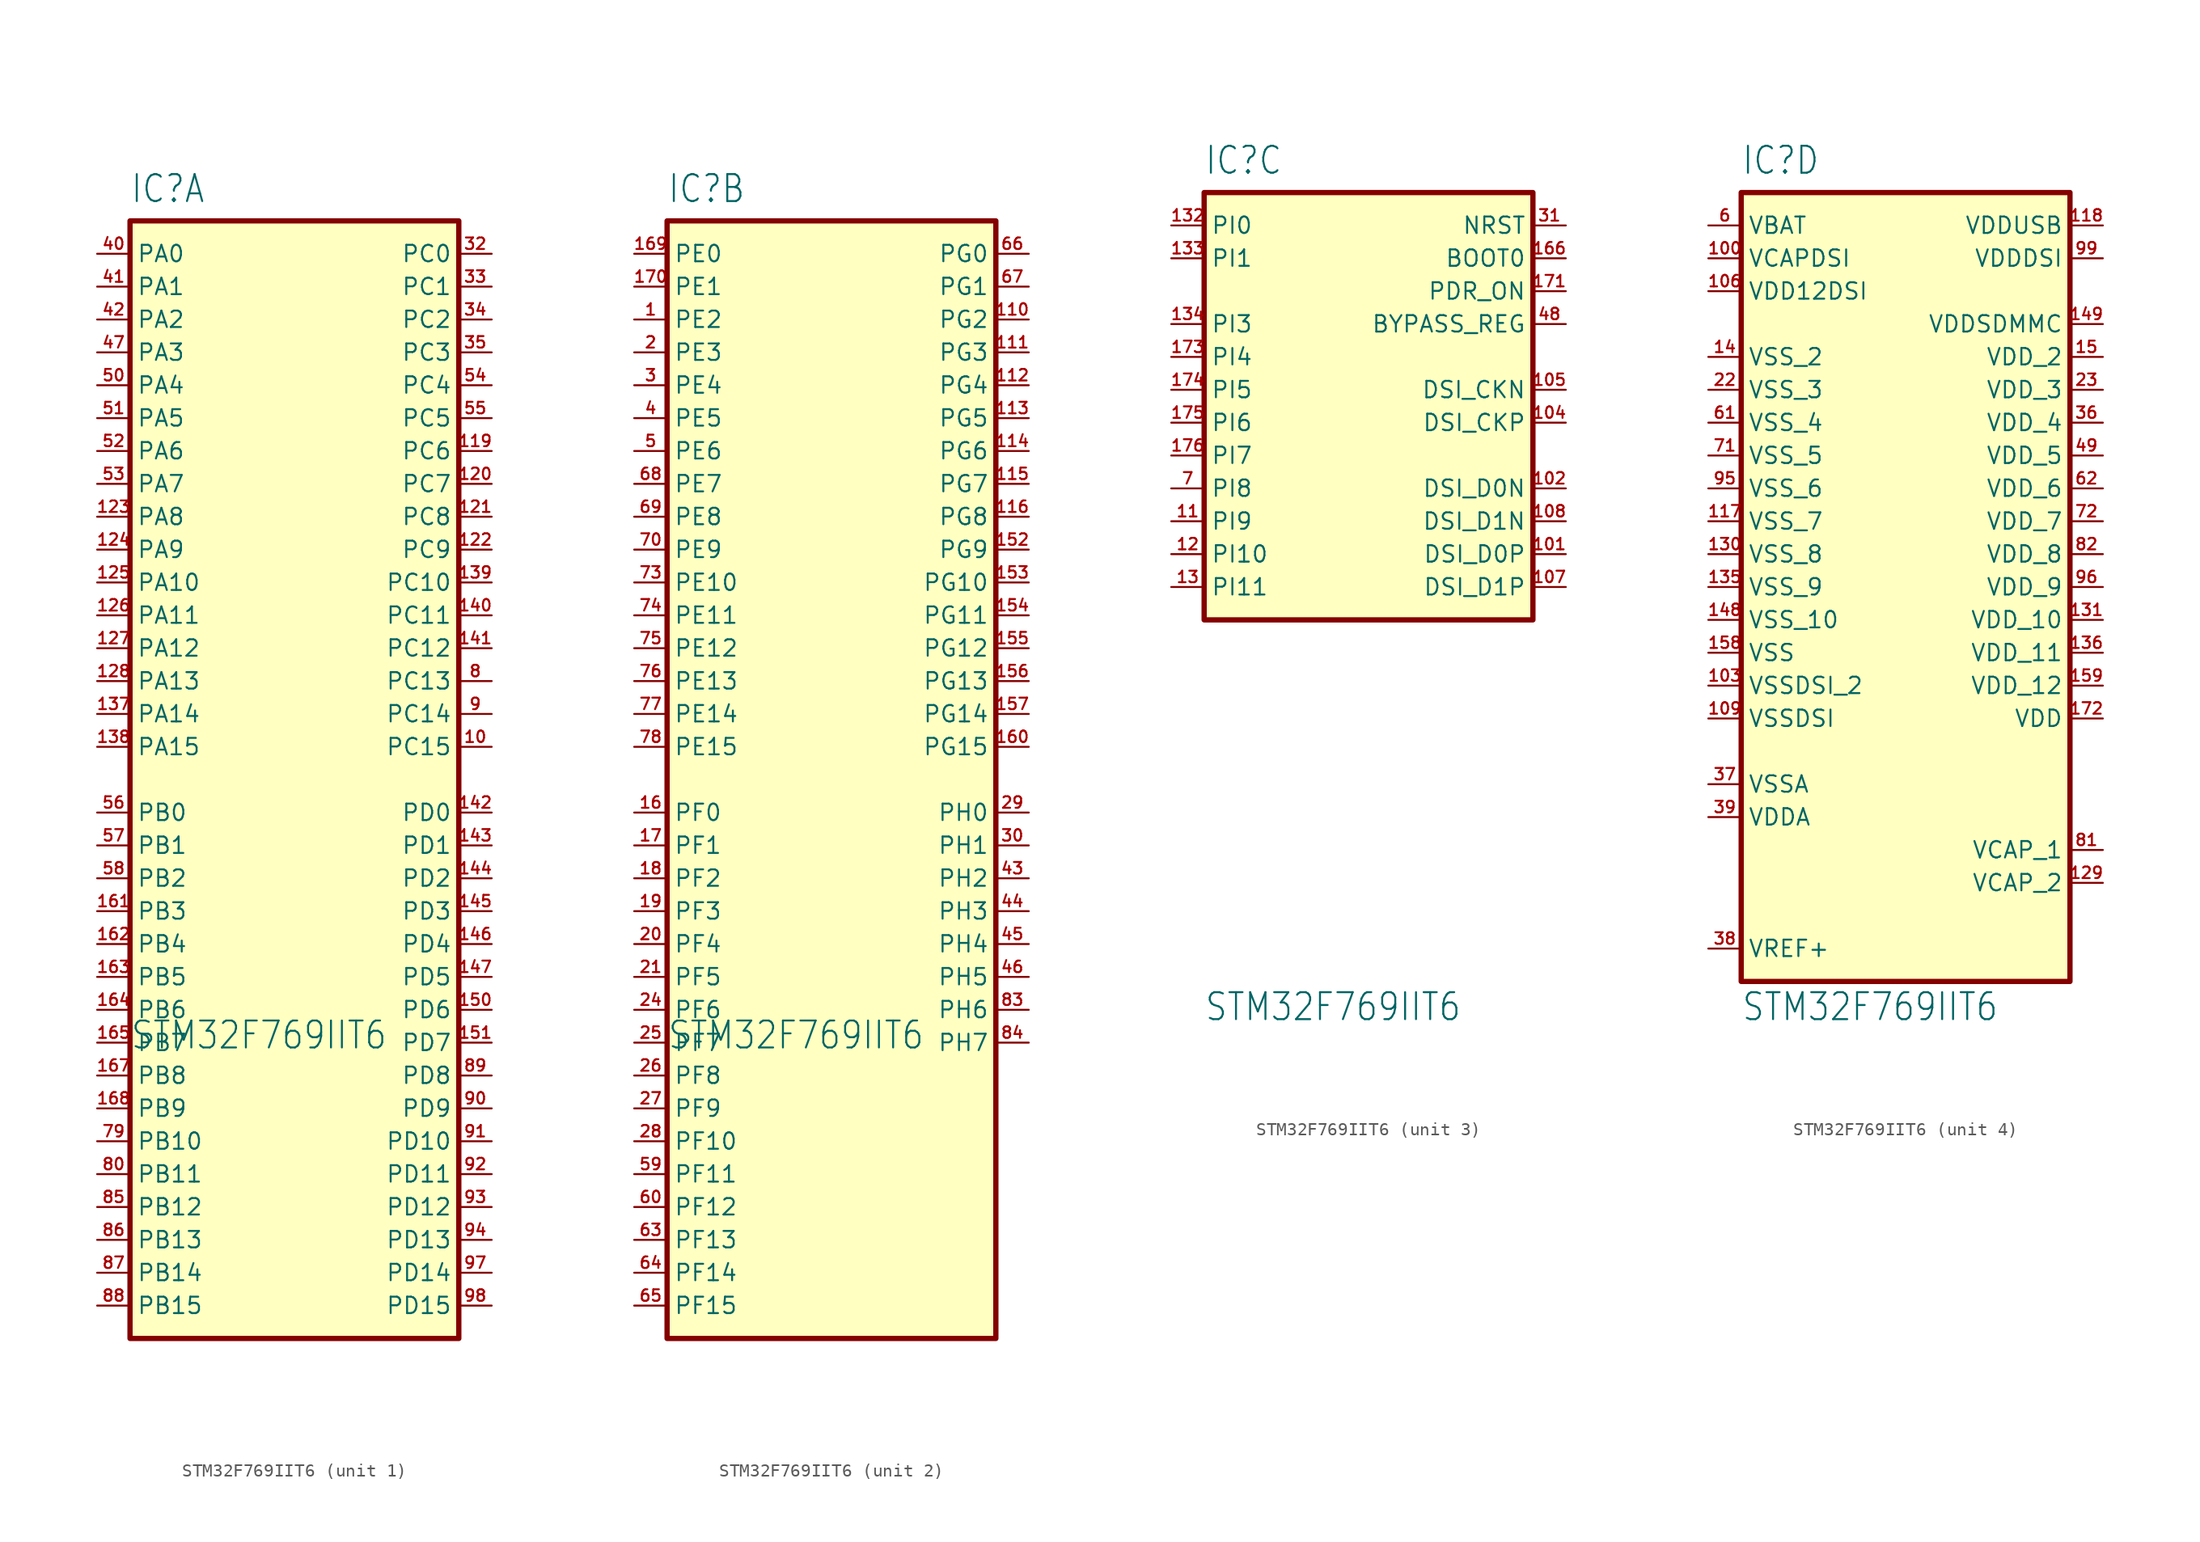
<source format=kicad_sym>
(kicad_symbol_lib
  (version 20220914)
  (generator kicad_symbol_editor)
  (symbol "STM32F769IIT6"
    (property "Reference" "IC"
      (at 0 1.27 0)
      (effects (font (size 2.083 1.77)) (justify left bottom)))
    (property "Value" "STM32F769IIT6"
      (at 0 -64.135 0)
      (effects (font (size 2.083 1.77)) (justify left bottom)))
    (property "ki_locked" ""
      (at 0 0 0)
      (effects (font (size 1.27 1.27))))
    (symbol "STM32F769IIT6_1_0"
      (pin bidirectional line (at 27.94 -40.64 180) (length 2.54) (name "PC15" (effects (font (size 1.27 1.27)))) (number "10" (effects (font (size 0.889 0.889)))))
      (pin bidirectional line (at 27.94 -17.78 180) (length 2.54) (name "PC6" (effects (font (size 1.27 1.27)))) (number "119" (effects (font (size 0.889 0.889)))))
      (pin bidirectional line (at 27.94 -20.32 180) (length 2.54) (name "PC7" (effects (font (size 1.27 1.27)))) (number "120" (effects (font (size 0.889 0.889)))))
      (pin bidirectional line (at 27.94 -22.86 180) (length 2.54) (name "PC8" (effects (font (size 1.27 1.27)))) (number "121" (effects (font (size 0.889 0.889)))))
      (pin bidirectional line (at 27.94 -25.4 180) (length 2.54) (name "PC9" (effects (font (size 1.27 1.27)))) (number "122" (effects (font (size 0.889 0.889)))))
      (pin bidirectional line (at -2.54 -22.86 0) (length 2.54) (name "PA8" (effects (font (size 1.27 1.27)))) (number "123" (effects (font (size 0.889 0.889)))))
      (pin bidirectional line (at -2.54 -25.4 0) (length 2.54) (name "PA9" (effects (font (size 1.27 1.27)))) (number "124" (effects (font (size 0.889 0.889)))))
      (pin bidirectional line (at -2.54 -27.94 0) (length 2.54) (name "PA10" (effects (font (size 1.27 1.27)))) (number "125" (effects (font (size 0.889 0.889)))))
      (pin bidirectional line (at -2.54 -30.48 0) (length 2.54) (name "PA11" (effects (font (size 1.27 1.27)))) (number "126" (effects (font (size 0.889 0.889)))))
      (pin bidirectional line (at -2.54 -33.02 0) (length 2.54) (name "PA12" (effects (font (size 1.27 1.27)))) (number "127" (effects (font (size 0.889 0.889)))))
      (pin bidirectional line (at -2.54 -35.56 0) (length 2.54) (name "PA13" (effects (font (size 1.27 1.27)))) (number "128" (effects (font (size 0.889 0.889)))))
      (pin bidirectional line (at -2.54 -38.1 0) (length 2.54) (name "PA14" (effects (font (size 1.27 1.27)))) (number "137" (effects (font (size 0.889 0.889)))))
      (pin bidirectional line (at -2.54 -40.64 0) (length 2.54) (name "PA15" (effects (font (size 1.27 1.27)))) (number "138" (effects (font (size 0.889 0.889)))))
      (pin bidirectional line (at 27.94 -27.94 180) (length 2.54) (name "PC10" (effects (font (size 1.27 1.27)))) (number "139" (effects (font (size 0.889 0.889)))))
      (pin bidirectional line (at 27.94 -30.48 180) (length 2.54) (name "PC11" (effects (font (size 1.27 1.27)))) (number "140" (effects (font (size 0.889 0.889)))))
      (pin bidirectional line (at 27.94 -33.02 180) (length 2.54) (name "PC12" (effects (font (size 1.27 1.27)))) (number "141" (effects (font (size 0.889 0.889)))))
      (pin bidirectional line (at 27.94 -45.72 180) (length 2.54) (name "PD0" (effects (font (size 1.27 1.27)))) (number "142" (effects (font (size 0.889 0.889)))))
      (pin bidirectional line (at 27.94 -48.26 180) (length 2.54) (name "PD1" (effects (font (size 1.27 1.27)))) (number "143" (effects (font (size 0.889 0.889)))))
      (pin bidirectional line (at 27.94 -50.8 180) (length 2.54) (name "PD2" (effects (font (size 1.27 1.27)))) (number "144" (effects (font (size 0.889 0.889)))))
      (pin bidirectional line (at 27.94 -53.34 180) (length 2.54) (name "PD3" (effects (font (size 1.27 1.27)))) (number "145" (effects (font (size 0.889 0.889)))))
      (pin bidirectional line (at 27.94 -55.88 180) (length 2.54) (name "PD4" (effects (font (size 1.27 1.27)))) (number "146" (effects (font (size 0.889 0.889)))))
      (pin bidirectional line (at 27.94 -58.42 180) (length 2.54) (name "PD5" (effects (font (size 1.27 1.27)))) (number "147" (effects (font (size 0.889 0.889)))))
      (pin bidirectional line (at 27.94 -60.96 180) (length 2.54) (name "PD6" (effects (font (size 1.27 1.27)))) (number "150" (effects (font (size 0.889 0.889)))))
      (pin bidirectional line (at 27.94 -63.5 180) (length 2.54) (name "PD7" (effects (font (size 1.27 1.27)))) (number "151" (effects (font (size 0.889 0.889)))))
      (pin bidirectional line (at -2.54 -53.34 0) (length 2.54) (name "PB3" (effects (font (size 1.27 1.27)))) (number "161" (effects (font (size 0.889 0.889)))))
      (pin bidirectional line (at -2.54 -55.88 0) (length 2.54) (name "PB4" (effects (font (size 1.27 1.27)))) (number "162" (effects (font (size 0.889 0.889)))))
      (pin bidirectional line (at -2.54 -58.42 0) (length 2.54) (name "PB5" (effects (font (size 1.27 1.27)))) (number "163" (effects (font (size 0.889 0.889)))))
      (pin bidirectional line (at -2.54 -60.96 0) (length 2.54) (name "PB6" (effects (font (size 1.27 1.27)))) (number "164" (effects (font (size 0.889 0.889)))))
      (pin bidirectional line (at -2.54 -63.5 0) (length 2.54) (name "PB7" (effects (font (size 1.27 1.27)))) (number "165" (effects (font (size 0.889 0.889)))))
      (pin bidirectional line (at -2.54 -66.04 0) (length 2.54) (name "PB8" (effects (font (size 1.27 1.27)))) (number "167" (effects (font (size 0.889 0.889)))))
      (pin bidirectional line (at -2.54 -68.58 0) (length 2.54) (name "PB9" (effects (font (size 1.27 1.27)))) (number "168" (effects (font (size 0.889 0.889)))))
      (pin bidirectional line (at 27.94 -2.54 180) (length 2.54) (name "PC0" (effects (font (size 1.27 1.27)))) (number "32" (effects (font (size 0.889 0.889)))))
      (pin bidirectional line (at 27.94 -5.08 180) (length 2.54) (name "PC1" (effects (font (size 1.27 1.27)))) (number "33" (effects (font (size 0.889 0.889)))))
      (pin bidirectional line (at 27.94 -7.62 180) (length 2.54) (name "PC2" (effects (font (size 1.27 1.27)))) (number "34" (effects (font (size 0.889 0.889)))))
      (pin bidirectional line (at 27.94 -10.16 180) (length 2.54) (name "PC3" (effects (font (size 1.27 1.27)))) (number "35" (effects (font (size 0.889 0.889)))))
      (pin bidirectional line (at -2.54 -2.54 0) (length 2.54) (name "PA0" (effects (font (size 1.27 1.27)))) (number "40" (effects (font (size 0.889 0.889)))))
      (pin bidirectional line (at -2.54 -5.08 0) (length 2.54) (name "PA1" (effects (font (size 1.27 1.27)))) (number "41" (effects (font (size 0.889 0.889)))))
      (pin bidirectional line (at -2.54 -7.62 0) (length 2.54) (name "PA2" (effects (font (size 1.27 1.27)))) (number "42" (effects (font (size 0.889 0.889)))))
      (pin bidirectional line (at -2.54 -10.16 0) (length 2.54) (name "PA3" (effects (font (size 1.27 1.27)))) (number "47" (effects (font (size 0.889 0.889)))))
      (pin bidirectional line (at -2.54 -12.7 0) (length 2.54) (name "PA4" (effects (font (size 1.27 1.27)))) (number "50" (effects (font (size 0.889 0.889)))))
      (pin bidirectional line (at -2.54 -15.24 0) (length 2.54) (name "PA5" (effects (font (size 1.27 1.27)))) (number "51" (effects (font (size 0.889 0.889)))))
      (pin bidirectional line (at -2.54 -17.78 0) (length 2.54) (name "PA6" (effects (font (size 1.27 1.27)))) (number "52" (effects (font (size 0.889 0.889)))))
      (pin bidirectional line (at -2.54 -20.32 0) (length 2.54) (name "PA7" (effects (font (size 1.27 1.27)))) (number "53" (effects (font (size 0.889 0.889)))))
      (pin bidirectional line (at 27.94 -12.7 180) (length 2.54) (name "PC4" (effects (font (size 1.27 1.27)))) (number "54" (effects (font (size 0.889 0.889)))))
      (pin bidirectional line (at 27.94 -15.24 180) (length 2.54) (name "PC5" (effects (font (size 1.27 1.27)))) (number "55" (effects (font (size 0.889 0.889)))))
      (pin bidirectional line (at -2.54 -45.72 0) (length 2.54) (name "PB0" (effects (font (size 1.27 1.27)))) (number "56" (effects (font (size 0.889 0.889)))))
      (pin bidirectional line (at -2.54 -48.26 0) (length 2.54) (name "PB1" (effects (font (size 1.27 1.27)))) (number "57" (effects (font (size 0.889 0.889)))))
      (pin bidirectional line (at -2.54 -50.8 0) (length 2.54) (name "PB2" (effects (font (size 1.27 1.27)))) (number "58" (effects (font (size 0.889 0.889)))))
      (pin bidirectional line (at -2.54 -71.12 0) (length 2.54) (name "PB10" (effects (font (size 1.27 1.27)))) (number "79" (effects (font (size 0.889 0.889)))))
      (pin bidirectional line (at 27.94 -35.56 180) (length 2.54) (name "PC13" (effects (font (size 1.27 1.27)))) (number "8" (effects (font (size 0.889 0.889)))))
      (pin bidirectional line (at -2.54 -73.66 0) (length 2.54) (name "PB11" (effects (font (size 1.27 1.27)))) (number "80" (effects (font (size 0.889 0.889)))))
      (pin bidirectional line (at -2.54 -76.2 0) (length 2.54) (name "PB12" (effects (font (size 1.27 1.27)))) (number "85" (effects (font (size 0.889 0.889)))))
      (pin bidirectional line (at -2.54 -78.74 0) (length 2.54) (name "PB13" (effects (font (size 1.27 1.27)))) (number "86" (effects (font (size 0.889 0.889)))))
      (pin bidirectional line (at -2.54 -81.28 0) (length 2.54) (name "PB14" (effects (font (size 1.27 1.27)))) (number "87" (effects (font (size 0.889 0.889)))))
      (pin bidirectional line (at -2.54 -83.82 0) (length 2.54) (name "PB15" (effects (font (size 1.27 1.27)))) (number "88" (effects (font (size 0.889 0.889)))))
      (pin bidirectional line (at 27.94 -66.04 180) (length 2.54) (name "PD8" (effects (font (size 1.27 1.27)))) (number "89" (effects (font (size 0.889 0.889)))))
      (pin bidirectional line (at 27.94 -38.1 180) (length 2.54) (name "PC14" (effects (font (size 1.27 1.27)))) (number "9" (effects (font (size 0.889 0.889)))))
      (pin bidirectional line (at 27.94 -68.58 180) (length 2.54) (name "PD9" (effects (font (size 1.27 1.27)))) (number "90" (effects (font (size 0.889 0.889)))))
      (pin bidirectional line (at 27.94 -71.12 180) (length 2.54) (name "PD10" (effects (font (size 1.27 1.27)))) (number "91" (effects (font (size 0.889 0.889)))))
      (pin bidirectional line (at 27.94 -73.66 180) (length 2.54) (name "PD11" (effects (font (size 1.27 1.27)))) (number "92" (effects (font (size 0.889 0.889)))))
      (pin bidirectional line (at 27.94 -76.2 180) (length 2.54) (name "PD12" (effects (font (size 1.27 1.27)))) (number "93" (effects (font (size 0.889 0.889)))))
      (pin bidirectional line (at 27.94 -78.74 180) (length 2.54) (name "PD13" (effects (font (size 1.27 1.27)))) (number "94" (effects (font (size 0.889 0.889)))))
      (pin bidirectional line (at 27.94 -81.28 180) (length 2.54) (name "PD14" (effects (font (size 1.27 1.27)))) (number "97" (effects (font (size 0.889 0.889)))))
      (pin bidirectional line (at 27.94 -83.82 180) (length 2.54) (name "PD15" (effects (font (size 1.27 1.27)))) (number "98" (effects (font (size 0.889 0.889))))))
    (symbol "STM32F769IIT6_1_1"
      (rectangle (start 0 0) (end 25.4 -86.36) (stroke (width 0.406) (type default)) (fill (type background))))
    (symbol "STM32F769IIT6_2_0"
      (pin bidirectional line (at -2.54 -7.62 0) (length 2.54) (name "PE2" (effects (font (size 1.27 1.27)))) (number "1" (effects (font (size 0.889 0.889)))))
      (pin bidirectional line (at 27.94 -7.62 180) (length 2.54) (name "PG2" (effects (font (size 1.27 1.27)))) (number "110" (effects (font (size 0.889 0.889)))))
      (pin bidirectional line (at 27.94 -10.16 180) (length 2.54) (name "PG3" (effects (font (size 1.27 1.27)))) (number "111" (effects (font (size 0.889 0.889)))))
      (pin bidirectional line (at 27.94 -12.7 180) (length 2.54) (name "PG4" (effects (font (size 1.27 1.27)))) (number "112" (effects (font (size 0.889 0.889)))))
      (pin bidirectional line (at 27.94 -15.24 180) (length 2.54) (name "PG5" (effects (font (size 1.27 1.27)))) (number "113" (effects (font (size 0.889 0.889)))))
      (pin bidirectional line (at 27.94 -17.78 180) (length 2.54) (name "PG6" (effects (font (size 1.27 1.27)))) (number "114" (effects (font (size 0.889 0.889)))))
      (pin bidirectional line (at 27.94 -20.32 180) (length 2.54) (name "PG7" (effects (font (size 1.27 1.27)))) (number "115" (effects (font (size 0.889 0.889)))))
      (pin bidirectional line (at 27.94 -22.86 180) (length 2.54) (name "PG8" (effects (font (size 1.27 1.27)))) (number "116" (effects (font (size 0.889 0.889)))))
      (pin bidirectional line (at 27.94 -25.4 180) (length 2.54) (name "PG9" (effects (font (size 1.27 1.27)))) (number "152" (effects (font (size 0.889 0.889)))))
      (pin bidirectional line (at 27.94 -27.94 180) (length 2.54) (name "PG10" (effects (font (size 1.27 1.27)))) (number "153" (effects (font (size 0.889 0.889)))))
      (pin bidirectional line (at 27.94 -30.48 180) (length 2.54) (name "PG11" (effects (font (size 1.27 1.27)))) (number "154" (effects (font (size 0.889 0.889)))))
      (pin bidirectional line (at 27.94 -33.02 180) (length 2.54) (name "PG12" (effects (font (size 1.27 1.27)))) (number "155" (effects (font (size 0.889 0.889)))))
      (pin bidirectional line (at 27.94 -35.56 180) (length 2.54) (name "PG13" (effects (font (size 1.27 1.27)))) (number "156" (effects (font (size 0.889 0.889)))))
      (pin bidirectional line (at 27.94 -38.1 180) (length 2.54) (name "PG14" (effects (font (size 1.27 1.27)))) (number "157" (effects (font (size 0.889 0.889)))))
      (pin bidirectional line (at -2.54 -45.72 0) (length 2.54) (name "PF0" (effects (font (size 1.27 1.27)))) (number "16" (effects (font (size 0.889 0.889)))))
      (pin bidirectional line (at 27.94 -40.64 180) (length 2.54) (name "PG15" (effects (font (size 1.27 1.27)))) (number "160" (effects (font (size 0.889 0.889)))))
      (pin bidirectional line (at -2.54 -2.54 0) (length 2.54) (name "PE0" (effects (font (size 1.27 1.27)))) (number "169" (effects (font (size 0.889 0.889)))))
      (pin bidirectional line (at -2.54 -48.26 0) (length 2.54) (name "PF1" (effects (font (size 1.27 1.27)))) (number "17" (effects (font (size 0.889 0.889)))))
      (pin bidirectional line (at -2.54 -5.08 0) (length 2.54) (name "PE1" (effects (font (size 1.27 1.27)))) (number "170" (effects (font (size 0.889 0.889)))))
      (pin bidirectional line (at -2.54 -50.8 0) (length 2.54) (name "PF2" (effects (font (size 1.27 1.27)))) (number "18" (effects (font (size 0.889 0.889)))))
      (pin bidirectional line (at -2.54 -53.34 0) (length 2.54) (name "PF3" (effects (font (size 1.27 1.27)))) (number "19" (effects (font (size 0.889 0.889)))))
      (pin bidirectional line (at -2.54 -10.16 0) (length 2.54) (name "PE3" (effects (font (size 1.27 1.27)))) (number "2" (effects (font (size 0.889 0.889)))))
      (pin bidirectional line (at -2.54 -55.88 0) (length 2.54) (name "PF4" (effects (font (size 1.27 1.27)))) (number "20" (effects (font (size 0.889 0.889)))))
      (pin bidirectional line (at -2.54 -58.42 0) (length 2.54) (name "PF5" (effects (font (size 1.27 1.27)))) (number "21" (effects (font (size 0.889 0.889)))))
      (pin bidirectional line (at -2.54 -60.96 0) (length 2.54) (name "PF6" (effects (font (size 1.27 1.27)))) (number "24" (effects (font (size 0.889 0.889)))))
      (pin bidirectional line (at -2.54 -63.5 0) (length 2.54) (name "PF7" (effects (font (size 1.27 1.27)))) (number "25" (effects (font (size 0.889 0.889)))))
      (pin bidirectional line (at -2.54 -66.04 0) (length 2.54) (name "PF8" (effects (font (size 1.27 1.27)))) (number "26" (effects (font (size 0.889 0.889)))))
      (pin bidirectional line (at -2.54 -68.58 0) (length 2.54) (name "PF9" (effects (font (size 1.27 1.27)))) (number "27" (effects (font (size 0.889 0.889)))))
      (pin bidirectional line (at -2.54 -71.12 0) (length 2.54) (name "PF10" (effects (font (size 1.27 1.27)))) (number "28" (effects (font (size 0.889 0.889)))))
      (pin bidirectional line (at 27.94 -45.72 180) (length 2.54) (name "PH0" (effects (font (size 1.27 1.27)))) (number "29" (effects (font (size 0.889 0.889)))))
      (pin bidirectional line (at -2.54 -12.7 0) (length 2.54) (name "PE4" (effects (font (size 1.27 1.27)))) (number "3" (effects (font (size 0.889 0.889)))))
      (pin bidirectional line (at 27.94 -48.26 180) (length 2.54) (name "PH1" (effects (font (size 1.27 1.27)))) (number "30" (effects (font (size 0.889 0.889)))))
      (pin bidirectional line (at -2.54 -15.24 0) (length 2.54) (name "PE5" (effects (font (size 1.27 1.27)))) (number "4" (effects (font (size 0.889 0.889)))))
      (pin bidirectional line (at 27.94 -50.8 180) (length 2.54) (name "PH2" (effects (font (size 1.27 1.27)))) (number "43" (effects (font (size 0.889 0.889)))))
      (pin bidirectional line (at 27.94 -53.34 180) (length 2.54) (name "PH3" (effects (font (size 1.27 1.27)))) (number "44" (effects (font (size 0.889 0.889)))))
      (pin bidirectional line (at 27.94 -55.88 180) (length 2.54) (name "PH4" (effects (font (size 1.27 1.27)))) (number "45" (effects (font (size 0.889 0.889)))))
      (pin bidirectional line (at 27.94 -58.42 180) (length 2.54) (name "PH5" (effects (font (size 1.27 1.27)))) (number "46" (effects (font (size 0.889 0.889)))))
      (pin bidirectional line (at -2.54 -17.78 0) (length 2.54) (name "PE6" (effects (font (size 1.27 1.27)))) (number "5" (effects (font (size 0.889 0.889)))))
      (pin bidirectional line (at -2.54 -73.66 0) (length 2.54) (name "PF11" (effects (font (size 1.27 1.27)))) (number "59" (effects (font (size 0.889 0.889)))))
      (pin bidirectional line (at -2.54 -76.2 0) (length 2.54) (name "PF12" (effects (font (size 1.27 1.27)))) (number "60" (effects (font (size 0.889 0.889)))))
      (pin bidirectional line (at -2.54 -78.74 0) (length 2.54) (name "PF13" (effects (font (size 1.27 1.27)))) (number "63" (effects (font (size 0.889 0.889)))))
      (pin bidirectional line (at -2.54 -81.28 0) (length 2.54) (name "PF14" (effects (font (size 1.27 1.27)))) (number "64" (effects (font (size 0.889 0.889)))))
      (pin bidirectional line (at -2.54 -83.82 0) (length 2.54) (name "PF15" (effects (font (size 1.27 1.27)))) (number "65" (effects (font (size 0.889 0.889)))))
      (pin bidirectional line (at 27.94 -2.54 180) (length 2.54) (name "PG0" (effects (font (size 1.27 1.27)))) (number "66" (effects (font (size 0.889 0.889)))))
      (pin bidirectional line (at 27.94 -5.08 180) (length 2.54) (name "PG1" (effects (font (size 1.27 1.27)))) (number "67" (effects (font (size 0.889 0.889)))))
      (pin bidirectional line (at -2.54 -20.32 0) (length 2.54) (name "PE7" (effects (font (size 1.27 1.27)))) (number "68" (effects (font (size 0.889 0.889)))))
      (pin bidirectional line (at -2.54 -22.86 0) (length 2.54) (name "PE8" (effects (font (size 1.27 1.27)))) (number "69" (effects (font (size 0.889 0.889)))))
      (pin bidirectional line (at -2.54 -25.4 0) (length 2.54) (name "PE9" (effects (font (size 1.27 1.27)))) (number "70" (effects (font (size 0.889 0.889)))))
      (pin bidirectional line (at -2.54 -27.94 0) (length 2.54) (name "PE10" (effects (font (size 1.27 1.27)))) (number "73" (effects (font (size 0.889 0.889)))))
      (pin bidirectional line (at -2.54 -30.48 0) (length 2.54) (name "PE11" (effects (font (size 1.27 1.27)))) (number "74" (effects (font (size 0.889 0.889)))))
      (pin bidirectional line (at -2.54 -33.02 0) (length 2.54) (name "PE12" (effects (font (size 1.27 1.27)))) (number "75" (effects (font (size 0.889 0.889)))))
      (pin bidirectional line (at -2.54 -35.56 0) (length 2.54) (name "PE13" (effects (font (size 1.27 1.27)))) (number "76" (effects (font (size 0.889 0.889)))))
      (pin bidirectional line (at -2.54 -38.1 0) (length 2.54) (name "PE14" (effects (font (size 1.27 1.27)))) (number "77" (effects (font (size 0.889 0.889)))))
      (pin bidirectional line (at -2.54 -40.64 0) (length 2.54) (name "PE15" (effects (font (size 1.27 1.27)))) (number "78" (effects (font (size 0.889 0.889)))))
      (pin bidirectional line (at 27.94 -60.96 180) (length 2.54) (name "PH6" (effects (font (size 1.27 1.27)))) (number "83" (effects (font (size 0.889 0.889)))))
      (pin bidirectional line (at 27.94 -63.5 180) (length 2.54) (name "PH7" (effects (font (size 1.27 1.27)))) (number "84" (effects (font (size 0.889 0.889))))))
    (symbol "STM32F769IIT6_2_1"
      (rectangle (start 0 0) (end 25.4 -86.36) (stroke (width 0.406) (type default)) (fill (type background))))
    (symbol "STM32F769IIT6_3_0"
      (pin bidirectional line (at 27.94 -27.94 180) (length 2.54) (name "DSI_D0P" (effects (font (size 1.27 1.27)))) (number "101" (effects (font (size 0.889 0.889)))))
      (pin bidirectional line (at 27.94 -22.86 180) (length 2.54) (name "DSI_D0N" (effects (font (size 1.27 1.27)))) (number "102" (effects (font (size 0.889 0.889)))))
      (pin bidirectional line (at 27.94 -17.78 180) (length 2.54) (name "DSI_CKP" (effects (font (size 1.27 1.27)))) (number "104" (effects (font (size 0.889 0.889)))))
      (pin bidirectional line (at 27.94 -15.24 180) (length 2.54) (name "DSI_CKN" (effects (font (size 1.27 1.27)))) (number "105" (effects (font (size 0.889 0.889)))))
      (pin bidirectional line (at 27.94 -30.48 180) (length 2.54) (name "DSI_D1P" (effects (font (size 1.27 1.27)))) (number "107" (effects (font (size 0.889 0.889)))))
      (pin bidirectional line (at 27.94 -25.4 180) (length 2.54) (name "DSI_D1N" (effects (font (size 1.27 1.27)))) (number "108" (effects (font (size 0.889 0.889)))))
      (pin bidirectional line (at -2.54 -25.4 0) (length 2.54) (name "PI9" (effects (font (size 1.27 1.27)))) (number "11" (effects (font (size 0.889 0.889)))))
      (pin bidirectional line (at -2.54 -27.94 0) (length 2.54) (name "PI10" (effects (font (size 1.27 1.27)))) (number "12" (effects (font (size 0.889 0.889)))))
      (pin bidirectional line (at -2.54 -30.48 0) (length 2.54) (name "PI11" (effects (font (size 1.27 1.27)))) (number "13" (effects (font (size 0.889 0.889)))))
      (pin bidirectional line (at -2.54 -2.54 0) (length 2.54) (name "PI0" (effects (font (size 1.27 1.27)))) (number "132" (effects (font (size 0.889 0.889)))))
      (pin bidirectional line (at -2.54 -5.08 0) (length 2.54) (name "PI1" (effects (font (size 1.27 1.27)))) (number "133" (effects (font (size 0.889 0.889)))))
      (pin bidirectional line (at -2.54 -10.16 0) (length 2.54) (name "PI3" (effects (font (size 1.27 1.27)))) (number "134" (effects (font (size 0.889 0.889)))))
      (pin input line (at 27.94 -5.08 180) (length 2.54) (name "BOOT0" (effects (font (size 1.27 1.27)))) (number "166" (effects (font (size 0.889 0.889)))))
      (pin passive line (at 27.94 -7.62 180) (length 2.54) (name "PDR_ON" (effects (font (size 1.27 1.27)))) (number "171" (effects (font (size 0.889 0.889)))))
      (pin bidirectional line (at -2.54 -12.7 0) (length 2.54) (name "PI4" (effects (font (size 1.27 1.27)))) (number "173" (effects (font (size 0.889 0.889)))))
      (pin bidirectional line (at -2.54 -15.24 0) (length 2.54) (name "PI5" (effects (font (size 1.27 1.27)))) (number "174" (effects (font (size 0.889 0.889)))))
      (pin bidirectional line (at -2.54 -17.78 0) (length 2.54) (name "PI6" (effects (font (size 1.27 1.27)))) (number "175" (effects (font (size 0.889 0.889)))))
      (pin bidirectional line (at -2.54 -20.32 0) (length 2.54) (name "PI7" (effects (font (size 1.27 1.27)))) (number "176" (effects (font (size 0.889 0.889)))))
      (pin bidirectional line (at 27.94 -2.54 180) (length 2.54) (name "NRST" (effects (font (size 1.27 1.27)))) (number "31" (effects (font (size 0.889 0.889)))))
      (pin input line (at 27.94 -10.16 180) (length 2.54) (name "BYPASS_REG" (effects (font (size 1.27 1.27)))) (number "48" (effects (font (size 0.889 0.889)))))
      (pin bidirectional line (at -2.54 -22.86 0) (length 2.54) (name "PI8" (effects (font (size 1.27 1.27)))) (number "7" (effects (font (size 0.889 0.889))))))
    (symbol "STM32F769IIT6_3_1"
      (rectangle (start 0 0) (end 25.4 -33.02) (stroke (width 0.406) (type default)) (fill (type background))))
    (symbol "STM32F769IIT6_4_0"
      (pin passive line (at -2.54 -5.08 0) (length 2.54) (name "VCAPDSI" (effects (font (size 1.27 1.27)))) (number "100" (effects (font (size 0.889 0.889)))))
      (pin power_in line (at -2.54 -38.1 0) (length 2.54) (name "VSSDSI_2" (effects (font (size 1.27 1.27)))) (number "103" (effects (font (size 0.889 0.889)))))
      (pin passive line (at -2.54 -7.62 0) (length 2.54) (name "VDD12DSI" (effects (font (size 1.27 1.27)))) (number "106" (effects (font (size 0.889 0.889)))))
      (pin power_in line (at -2.54 -40.64 0) (length 2.54) (name "VSSDSI" (effects (font (size 1.27 1.27)))) (number "109" (effects (font (size 0.889 0.889)))))
      (pin power_in line (at -2.54 -25.4 0) (length 2.54) (name "VSS_7" (effects (font (size 1.27 1.27)))) (number "117" (effects (font (size 0.889 0.889)))))
      (pin passive line (at 27.94 -2.54 180) (length 2.54) (name "VDDUSB" (effects (font (size 1.27 1.27)))) (number "118" (effects (font (size 0.889 0.889)))))
      (pin passive line (at 27.94 -53.34 180) (length 2.54) (name "VCAP_2" (effects (font (size 1.27 1.27)))) (number "129" (effects (font (size 0.889 0.889)))))
      (pin power_in line (at -2.54 -27.94 0) (length 2.54) (name "VSS_8" (effects (font (size 1.27 1.27)))) (number "130" (effects (font (size 0.889 0.889)))))
      (pin power_in line (at 27.94 -33.02 180) (length 2.54) (name "VDD_10" (effects (font (size 1.27 1.27)))) (number "131" (effects (font (size 0.889 0.889)))))
      (pin power_in line (at -2.54 -30.48 0) (length 2.54) (name "VSS_9" (effects (font (size 1.27 1.27)))) (number "135" (effects (font (size 0.889 0.889)))))
      (pin power_in line (at 27.94 -35.56 180) (length 2.54) (name "VDD_11" (effects (font (size 1.27 1.27)))) (number "136" (effects (font (size 0.889 0.889)))))
      (pin power_in line (at -2.54 -12.7 0) (length 2.54) (name "VSS_2" (effects (font (size 1.27 1.27)))) (number "14" (effects (font (size 0.889 0.889)))))
      (pin power_in line (at -2.54 -33.02 0) (length 2.54) (name "VSS_10" (effects (font (size 1.27 1.27)))) (number "148" (effects (font (size 0.889 0.889)))))
      (pin passive line (at 27.94 -10.16 180) (length 2.54) (name "VDDSDMMC" (effects (font (size 1.27 1.27)))) (number "149" (effects (font (size 0.889 0.889)))))
      (pin power_in line (at 27.94 -12.7 180) (length 2.54) (name "VDD_2" (effects (font (size 1.27 1.27)))) (number "15" (effects (font (size 0.889 0.889)))))
      (pin power_in line (at -2.54 -35.56 0) (length 2.54) (name "VSS" (effects (font (size 1.27 1.27)))) (number "158" (effects (font (size 0.889 0.889)))))
      (pin power_in line (at 27.94 -38.1 180) (length 2.54) (name "VDD_12" (effects (font (size 1.27 1.27)))) (number "159" (effects (font (size 0.889 0.889)))))
      (pin power_in line (at 27.94 -40.64 180) (length 2.54) (name "VDD" (effects (font (size 1.27 1.27)))) (number "172" (effects (font (size 0.889 0.889)))))
      (pin power_in line (at -2.54 -15.24 0) (length 2.54) (name "VSS_3" (effects (font (size 1.27 1.27)))) (number "22" (effects (font (size 0.889 0.889)))))
      (pin power_in line (at 27.94 -15.24 180) (length 2.54) (name "VDD_3" (effects (font (size 1.27 1.27)))) (number "23" (effects (font (size 0.889 0.889)))))
      (pin power_in line (at 27.94 -17.78 180) (length 2.54) (name "VDD_4" (effects (font (size 1.27 1.27)))) (number "36" (effects (font (size 0.889 0.889)))))
      (pin passive line (at -2.54 -45.72 0) (length 2.54) (name "VSSA" (effects (font (size 1.27 1.27)))) (number "37" (effects (font (size 0.889 0.889)))))
      (pin passive line (at -2.54 -58.42 0) (length 2.54) (name "VREF+" (effects (font (size 1.27 1.27)))) (number "38" (effects (font (size 0.889 0.889)))))
      (pin passive line (at -2.54 -48.26 0) (length 2.54) (name "VDDA" (effects (font (size 1.27 1.27)))) (number "39" (effects (font (size 0.889 0.889)))))
      (pin power_in line (at 27.94 -20.32 180) (length 2.54) (name "VDD_5" (effects (font (size 1.27 1.27)))) (number "49" (effects (font (size 0.889 0.889)))))
      (pin power_in line (at -2.54 -2.54 0) (length 2.54) (name "VBAT" (effects (font (size 1.27 1.27)))) (number "6" (effects (font (size 0.889 0.889)))))
      (pin power_in line (at -2.54 -17.78 0) (length 2.54) (name "VSS_4" (effects (font (size 1.27 1.27)))) (number "61" (effects (font (size 0.889 0.889)))))
      (pin power_in line (at 27.94 -22.86 180) (length 2.54) (name "VDD_6" (effects (font (size 1.27 1.27)))) (number "62" (effects (font (size 0.889 0.889)))))
      (pin power_in line (at -2.54 -20.32 0) (length 2.54) (name "VSS_5" (effects (font (size 1.27 1.27)))) (number "71" (effects (font (size 0.889 0.889)))))
      (pin power_in line (at 27.94 -25.4 180) (length 2.54) (name "VDD_7" (effects (font (size 1.27 1.27)))) (number "72" (effects (font (size 0.889 0.889)))))
      (pin passive line (at 27.94 -50.8 180) (length 2.54) (name "VCAP_1" (effects (font (size 1.27 1.27)))) (number "81" (effects (font (size 0.889 0.889)))))
      (pin power_in line (at 27.94 -27.94 180) (length 2.54) (name "VDD_8" (effects (font (size 1.27 1.27)))) (number "82" (effects (font (size 0.889 0.889)))))
      (pin power_in line (at -2.54 -22.86 0) (length 2.54) (name "VSS_6" (effects (font (size 1.27 1.27)))) (number "95" (effects (font (size 0.889 0.889)))))
      (pin power_in line (at 27.94 -30.48 180) (length 2.54) (name "VDD_9" (effects (font (size 1.27 1.27)))) (number "96" (effects (font (size 0.889 0.889)))))
      (pin passive line (at 27.94 -5.08 180) (length 2.54) (name "VDDDSI" (effects (font (size 1.27 1.27)))) (number "99" (effects (font (size 0.889 0.889))))))
    (symbol "STM32F769IIT6_4_1"
      (rectangle (start 0 0) (end 25.4 -60.96) (stroke (width 0.406) (type default)) (fill (type background))))))
</source>
